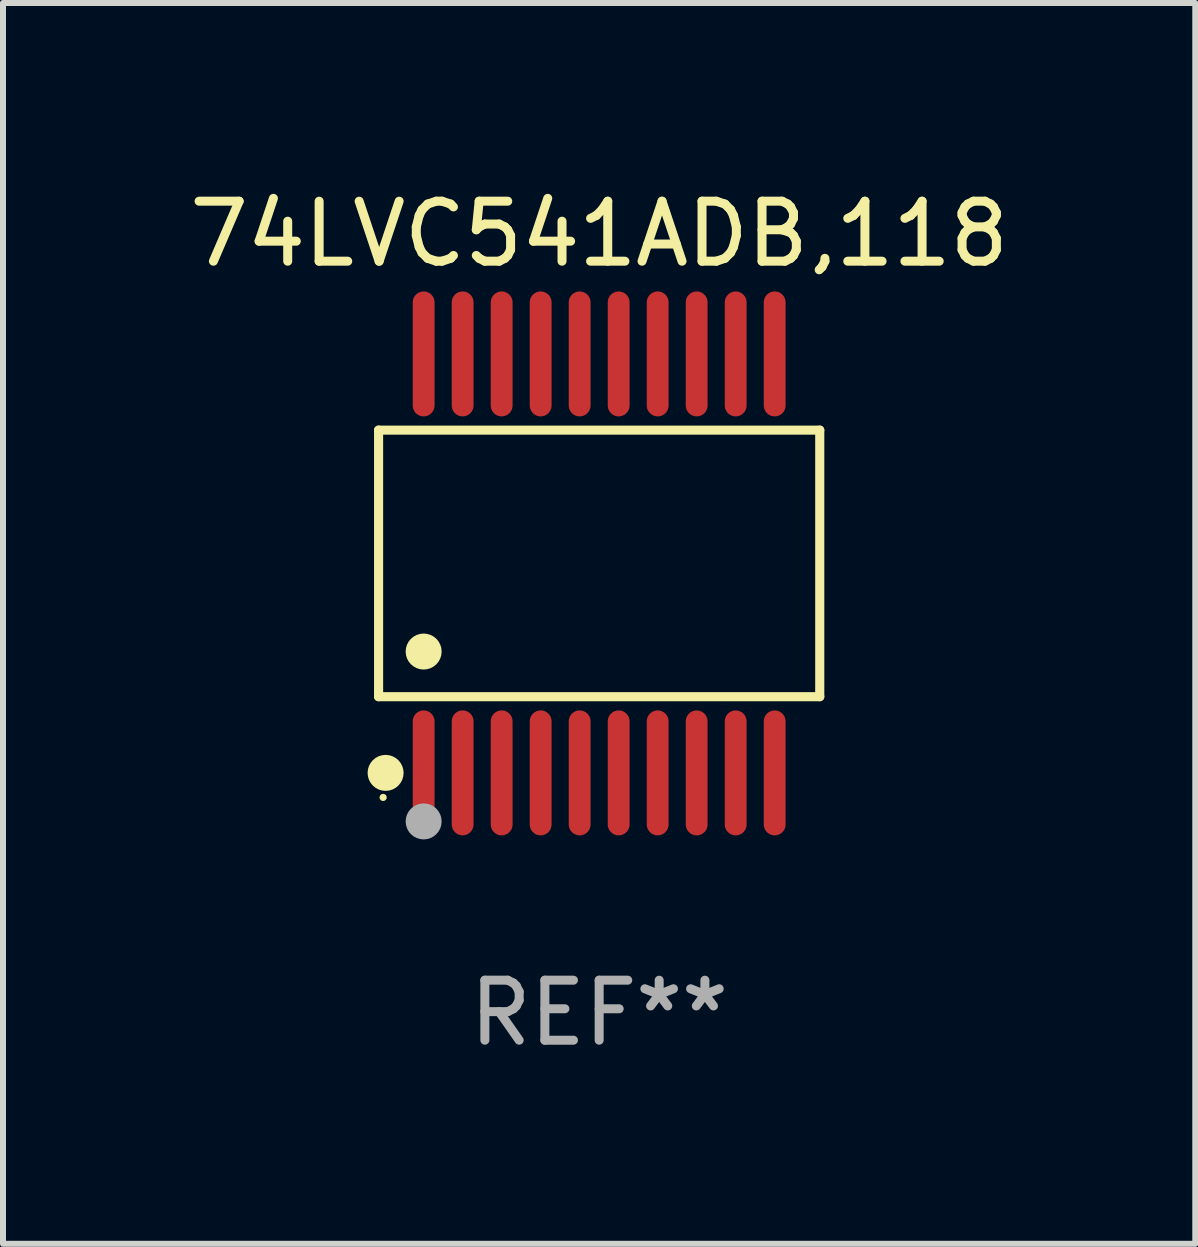
<source format=kicad_pcb>
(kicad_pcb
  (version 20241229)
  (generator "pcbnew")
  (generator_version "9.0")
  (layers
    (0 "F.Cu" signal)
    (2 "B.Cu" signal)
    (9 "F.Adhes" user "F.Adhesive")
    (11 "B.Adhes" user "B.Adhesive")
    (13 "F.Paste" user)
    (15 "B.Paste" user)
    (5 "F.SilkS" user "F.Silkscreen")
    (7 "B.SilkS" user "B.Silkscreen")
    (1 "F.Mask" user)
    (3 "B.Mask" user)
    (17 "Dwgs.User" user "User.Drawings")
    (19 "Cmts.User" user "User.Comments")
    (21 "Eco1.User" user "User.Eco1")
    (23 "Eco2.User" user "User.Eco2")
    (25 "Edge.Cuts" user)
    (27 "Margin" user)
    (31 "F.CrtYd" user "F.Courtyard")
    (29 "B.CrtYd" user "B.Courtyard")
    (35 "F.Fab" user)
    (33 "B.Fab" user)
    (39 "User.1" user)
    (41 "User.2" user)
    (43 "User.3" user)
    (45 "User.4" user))
  (footprint "74LVC541ADB,118"
    (layer "F.Cu")
    (at 6.935 6.339)
    (property "Reference" "74LVC541ADB,118" (at 0 -5.491 0) (layer "F.SilkS") (effects (font (size 1 1) (thickness 0.15))))
    (attr through_hole)
    (fp_line (start -3.676 -2.221) (end 3.676 -2.221) (stroke (width 0.152) (type solid)) (layer "F.SilkS"))
    (fp_line (start -3.676 2.221) (end -3.676 -2.221) (stroke (width 0.152) (type solid)) (layer "F.SilkS"))
    (fp_line (start 3.676 -2.221) (end 3.676 2.221) (stroke (width 0.152) (type solid)) (layer "F.SilkS"))
    (fp_line (start 3.676 2.221) (end -3.676 2.221) (stroke (width 0.152) (type solid)) (layer "F.SilkS"))
    (fp_circle (center -3.6 3.9) (end -3.57 3.9) (stroke (width 0.06) (type solid)) (fill no) (layer "F.SilkS"))
    (fp_circle (center -3.559 3.491) (end -3.409 3.491) (stroke (width 0.3) (type solid)) (fill no) (layer "F.SilkS"))
    (fp_circle (center -2.925 1.469) (end -2.775 1.469) (stroke (width 0.3) (type solid)) (fill no) (layer "F.SilkS"))
    (fp_circle (center -2.925 4.3) (end -2.775 4.3) (stroke (width 0.3) (type solid)) (fill no) (layer "F.Fab"))
    (fp_text user "REF**" (at 0 7.491 0) (layer "F.Fab") (effects (font (size 1 1) (thickness 0.15))))
    (pad "1" smd oval (at -2.925 3.491) (size 0.364 2.082) (layers "F.Cu" "F.Mask" "F.Paste"))
    (pad "2" smd oval (at -2.275 3.491) (size 0.364 2.082) (layers "F.Cu" "F.Mask" "F.Paste"))
    (pad "3" smd oval (at -1.625 3.491) (size 0.364 2.082) (layers "F.Cu" "F.Mask" "F.Paste"))
    (pad "4" smd oval (at -0.975 3.491) (size 0.364 2.082) (layers "F.Cu" "F.Mask" "F.Paste"))
    (pad "5" smd oval (at -0.325 3.491) (size 0.364 2.082) (layers "F.Cu" "F.Mask" "F.Paste"))
    (pad "6" smd oval (at 0.325 3.491) (size 0.364 2.082) (layers "F.Cu" "F.Mask" "F.Paste"))
    (pad "7" smd oval (at 0.975 3.491) (size 0.364 2.082) (layers "F.Cu" "F.Mask" "F.Paste"))
    (pad "8" smd oval (at 1.625 3.491) (size 0.364 2.082) (layers "F.Cu" "F.Mask" "F.Paste"))
    (pad "9" smd oval (at 2.275 3.491) (size 0.364 2.082) (layers "F.Cu" "F.Mask" "F.Paste"))
    (pad "10" smd oval (at 2.925 3.491) (size 0.364 2.082) (layers "F.Cu" "F.Mask" "F.Paste"))
    (pad "11" smd oval (at 2.925 -3.491) (size 0.364 2.082) (layers "F.Cu" "F.Mask" "F.Paste"))
    (pad "12" smd oval (at 2.275 -3.491) (size 0.364 2.082) (layers "F.Cu" "F.Mask" "F.Paste"))
    (pad "13" smd oval (at 1.625 -3.491) (size 0.364 2.082) (layers "F.Cu" "F.Mask" "F.Paste"))
    (pad "14" smd oval (at 0.975 -3.491) (size 0.364 2.082) (layers "F.Cu" "F.Mask" "F.Paste"))
    (pad "15" smd oval (at 0.325 -3.491) (size 0.364 2.082) (layers "F.Cu" "F.Mask" "F.Paste"))
    (pad "16" smd oval (at -0.325 -3.491) (size 0.364 2.082) (layers "F.Cu" "F.Mask" "F.Paste"))
    (pad "17" smd oval (at -0.975 -3.491) (size 0.364 2.082) (layers "F.Cu" "F.Mask" "F.Paste"))
    (pad "18" smd oval (at -1.625 -3.491) (size 0.364 2.082) (layers "F.Cu" "F.Mask" "F.Paste"))
    (pad "19" smd oval (at -2.275 -3.491) (size 0.364 2.082) (layers "F.Cu" "F.Mask" "F.Paste"))
    (pad "20" smd oval (at -2.925 -3.491) (size 0.364 2.082) (layers "F.Cu" "F.Mask" "F.Paste")))
  (gr_rect
    (start -3 -3)
    (end 16.869 17.678)
    (stroke (width 0.1) (type default))
    (fill no)
    (layer "Edge.Cuts")))
</source>
